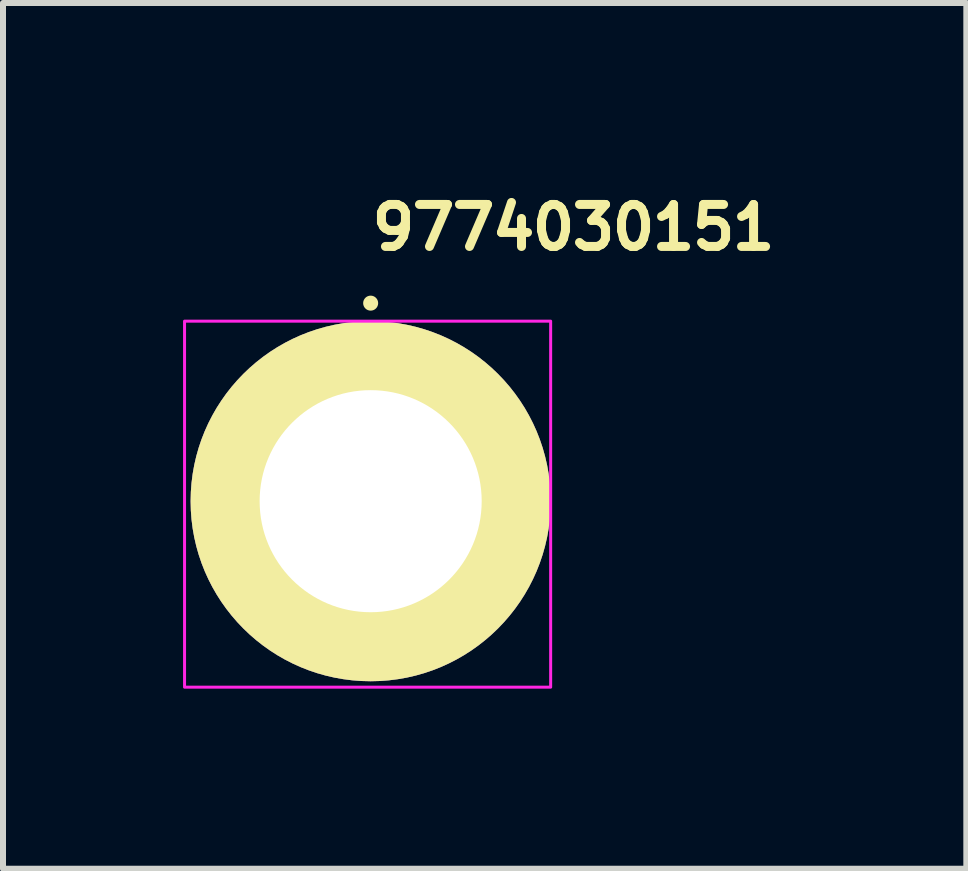
<source format=kicad_pcb>
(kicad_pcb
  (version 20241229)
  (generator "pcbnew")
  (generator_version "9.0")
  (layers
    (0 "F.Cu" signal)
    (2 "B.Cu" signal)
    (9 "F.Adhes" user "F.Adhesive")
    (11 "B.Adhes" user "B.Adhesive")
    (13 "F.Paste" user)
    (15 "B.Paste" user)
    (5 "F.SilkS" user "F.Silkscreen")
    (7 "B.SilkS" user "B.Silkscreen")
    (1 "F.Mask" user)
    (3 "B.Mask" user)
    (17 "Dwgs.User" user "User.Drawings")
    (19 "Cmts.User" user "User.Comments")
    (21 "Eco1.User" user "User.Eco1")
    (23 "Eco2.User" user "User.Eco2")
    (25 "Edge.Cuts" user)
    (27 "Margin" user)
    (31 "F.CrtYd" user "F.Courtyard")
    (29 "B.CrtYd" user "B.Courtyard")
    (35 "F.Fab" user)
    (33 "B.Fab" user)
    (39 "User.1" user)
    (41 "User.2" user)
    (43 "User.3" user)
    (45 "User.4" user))
  (footprint "9774030151"
    (layer "F.Cu")
    (at 3.126 5.301)
    (property "Reference" "9774030151" (at -0.052 -4.151 0) (layer "F.SilkS") (effects (font (size 0.7 0.7) (thickness 0.15)) (justify left bottom)))
    (attr through_hole)
    (fp_circle (center 0 -3.3) (end 0.05 -3.3) (stroke (width 0.15) (type solid)) (fill yes) (layer "F.SilkS"))
    (fp_rect (start -3.101 -3) (end 2.999 3.099) (stroke (width 0.05) (type solid)) (fill no) (layer "F.CrtYd"))
    (fp_rect (start -2.601 -2.5) (end 2.499 2.599) (stroke (width 0.1) (type solid)) (fill no) (layer "User.5"))
    (fp_line (start -2.601 0.05) (end -2.601 0.05) (stroke (width 0.02) (type solid)) (layer "User.9"))
    (fp_line (start -2.601 0.05) (end -2.597 0.18) (stroke (width 0.02) (type solid)) (layer "User.9"))
    (fp_line (start -2.597 -0.083) (end -2.601 0.05) (stroke (width 0.02) (type solid)) (layer "User.9"))
    (fp_line (start -2.597 0.18) (end -2.588 0.309) (stroke (width 0.02) (type solid)) (layer "User.9"))
    (fp_line (start -2.588 -0.211) (end -2.597 -0.083) (stroke (width 0.02) (type solid)) (layer "User.9"))
    (fp_line (start -2.588 0.309) (end -2.572 0.437) (stroke (width 0.02) (type solid)) (layer "User.9"))
    (fp_line (start -2.572 -0.34) (end -2.588 -0.211) (stroke (width 0.02) (type solid)) (layer "User.9"))
    (fp_line (start -2.572 0.437) (end -2.549 0.563) (stroke (width 0.02) (type solid)) (layer "User.9"))
    (fp_line (start -2.549 -0.465) (end -2.572 -0.34) (stroke (width 0.02) (type solid)) (layer "User.9"))
    (fp_line (start -2.549 0.563) (end -2.52 0.687) (stroke (width 0.02) (type solid)) (layer "User.9"))
    (fp_line (start -2.52 -0.588) (end -2.549 -0.465) (stroke (width 0.02) (type solid)) (layer "User.9"))
    (fp_line (start -2.52 0.687) (end -2.487 0.808) (stroke (width 0.02) (type solid)) (layer "User.9"))
    (fp_line (start -2.487 -0.709) (end -2.52 -0.588) (stroke (width 0.02) (type solid)) (layer "User.9"))
    (fp_line (start -2.487 0.808) (end -2.447 0.926) (stroke (width 0.02) (type solid)) (layer "User.9"))
    (fp_line (start -2.447 -0.828) (end -2.487 -0.709) (stroke (width 0.02) (type solid)) (layer "User.9"))
    (fp_line (start -2.447 0.926) (end -2.4 1.042) (stroke (width 0.02) (type solid)) (layer "User.9"))
    (fp_line (start -2.4 -0.944) (end -2.447 -0.828) (stroke (width 0.02) (type solid)) (layer "User.9"))
    (fp_line (start -2.4 1.042) (end -2.35 1.155) (stroke (width 0.02) (type solid)) (layer "User.9"))
    (fp_line (start -2.35 -1.057) (end -2.4 -0.944) (stroke (width 0.02) (type solid)) (layer "User.9"))
    (fp_line (start -2.35 1.155) (end -2.294 1.265) (stroke (width 0.02) (type solid)) (layer "User.9"))
    (fp_line (start -2.294 -1.166) (end -2.35 -1.057) (stroke (width 0.02) (type solid)) (layer "User.9"))
    (fp_line (start -2.294 1.265) (end -2.231 1.372) (stroke (width 0.02) (type solid)) (layer "User.9"))
    (fp_line (start -2.231 -1.274) (end -2.294 -1.166) (stroke (width 0.02) (type solid)) (layer "User.9"))
    (fp_line (start -2.231 1.372) (end -2.165 1.475) (stroke (width 0.02) (type solid)) (layer "User.9"))
    (fp_line (start -2.165 -1.377) (end -2.231 -1.274) (stroke (width 0.02) (type solid)) (layer "User.9"))
    (fp_line (start -2.165 1.475) (end -2.094 1.574) (stroke (width 0.02) (type solid)) (layer "User.9"))
    (fp_line (start -2.094 -1.476) (end -2.165 -1.377) (stroke (width 0.02) (type solid)) (layer "User.9"))
    (fp_line (start -2.094 1.574) (end -2.019 1.671) (stroke (width 0.02) (type solid)) (layer "User.9"))
    (fp_line (start -2.019 -1.573) (end -2.094 -1.476) (stroke (width 0.02) (type solid)) (layer "User.9"))
    (fp_line (start -2.019 1.671) (end -1.938 1.763) (stroke (width 0.02) (type solid)) (layer "User.9"))
    (fp_line (start -1.938 -1.666) (end -2.019 -1.573) (stroke (width 0.02) (type solid)) (layer "User.9"))
    (fp_line (start -1.938 1.763) (end -1.855 1.852) (stroke (width 0.02) (type solid)) (layer "User.9"))
    (fp_line (start -1.855 -1.754) (end -1.938 -1.666) (stroke (width 0.02) (type solid)) (layer "User.9"))
    (fp_line (start -1.855 1.852) (end -1.766 1.937) (stroke (width 0.02) (type solid)) (layer "User.9"))
    (fp_line (start -1.766 -1.839) (end -1.855 -1.754) (stroke (width 0.02) (type solid)) (layer "User.9"))
    (fp_line (start -1.766 1.937) (end -1.674 2.016) (stroke (width 0.02) (type solid)) (layer "User.9"))
    (fp_line (start -1.674 -1.919) (end -1.766 -1.839) (stroke (width 0.02) (type solid)) (layer "User.9"))
    (fp_line (start -1.674 2.016) (end -1.577 2.092) (stroke (width 0.02) (type solid)) (layer "User.9"))
    (fp_line (start -1.577 -1.994) (end -1.674 -1.919) (stroke (width 0.02) (type solid)) (layer "User.9"))
    (fp_line (start -1.577 2.092) (end -1.476 2.164) (stroke (width 0.02) (type solid)) (layer "User.9"))
    (fp_line (start -1.476 -2.065) (end -1.577 -1.994) (stroke (width 0.02) (type solid)) (layer "User.9"))
    (fp_line (start -1.476 2.164) (end -1.373 2.229) (stroke (width 0.02) (type solid)) (layer "User.9"))
    (fp_line (start -1.373 -2.132) (end -1.476 -2.065) (stroke (width 0.02) (type solid)) (layer "User.9"))
    (fp_line (start -1.373 2.229) (end -1.266 2.292) (stroke (width 0.02) (type solid)) (layer "User.9"))
    (fp_line (start -1.266 -2.194) (end -1.373 -2.132) (stroke (width 0.02) (type solid)) (layer "User.9"))
    (fp_line (start -1.266 2.292) (end -1.156 2.347) (stroke (width 0.02) (type solid)) (layer "User.9"))
    (fp_line (start -1.156 -2.25) (end -1.266 -2.194) (stroke (width 0.02) (type solid)) (layer "User.9"))
    (fp_line (start -1.156 2.347) (end -1.043 2.398) (stroke (width 0.02) (type solid)) (layer "User.9"))
    (fp_line (start -1.057 -0.002) (end -1.057 0.05) (stroke (width 0.02) (type solid)) (layer "User.9"))
    (fp_line (start -1.057 0.05) (end -1.057 0.05) (stroke (width 0.02) (type solid)) (layer "User.9"))
    (fp_line (start -1.057 0.05) (end -1.057 0.101) (stroke (width 0.02) (type solid)) (layer "User.9"))
    (fp_line (start -1.057 0.101) (end -1.053 0.151) (stroke (width 0.02) (type solid)) (layer "User.9"))
    (fp_line (start -1.053 -0.053) (end -1.057 -0.002) (stroke (width 0.02) (type solid)) (layer "User.9"))
    (fp_line (start -1.053 0.151) (end -1.045 0.203) (stroke (width 0.02) (type solid)) (layer "User.9"))
    (fp_line (start -1.045 -0.105) (end -1.053 -0.053) (stroke (width 0.02) (type solid)) (layer "User.9"))
    (fp_line (start -1.045 0.203) (end -1.037 0.251) (stroke (width 0.02) (type solid)) (layer "User.9"))
    (fp_line (start -1.043 -2.301) (end -1.156 -2.25) (stroke (width 0.02) (type solid)) (layer "User.9"))
    (fp_line (start -1.043 2.398) (end -0.928 2.444) (stroke (width 0.02) (type solid)) (layer "User.9"))
    (fp_line (start -1.037 -0.153) (end -1.045 -0.105) (stroke (width 0.02) (type solid)) (layer "User.9"))
    (fp_line (start -1.037 0.251) (end -1.025 0.3) (stroke (width 0.02) (type solid)) (layer "User.9"))
    (fp_line (start -1.025 -0.203) (end -1.037 -0.153) (stroke (width 0.02) (type solid)) (layer "User.9"))
    (fp_line (start -1.025 0.3) (end -1.012 0.349) (stroke (width 0.02) (type solid)) (layer "User.9"))
    (fp_line (start -1.012 -0.25) (end -1.025 -0.203) (stroke (width 0.02) (type solid)) (layer "User.9"))
    (fp_line (start -1.012 0.349) (end -0.996 0.396) (stroke (width 0.02) (type solid)) (layer "User.9"))
    (fp_line (start -0.996 -0.297) (end -1.012 -0.25) (stroke (width 0.02) (type solid)) (layer "User.9"))
    (fp_line (start -0.996 0.396) (end -0.978 0.44) (stroke (width 0.02) (type solid)) (layer "User.9"))
    (fp_line (start -0.978 -0.343) (end -0.996 -0.297) (stroke (width 0.02) (type solid)) (layer "User.9"))
    (fp_line (start -0.978 0.44) (end -0.959 0.485) (stroke (width 0.02) (type solid)) (layer "User.9"))
    (fp_line (start -0.959 -0.388) (end -0.978 -0.343) (stroke (width 0.02) (type solid)) (layer "User.9"))
    (fp_line (start -0.959 0.485) (end -0.937 0.529) (stroke (width 0.02) (type solid)) (layer "User.9"))
    (fp_line (start -0.937 -0.43) (end -0.959 -0.388) (stroke (width 0.02) (type solid)) (layer "User.9"))
    (fp_line (start -0.937 0.529) (end -0.912 0.571) (stroke (width 0.02) (type solid)) (layer "User.9"))
    (fp_line (start -0.928 -2.347) (end -1.043 -2.301) (stroke (width 0.02) (type solid)) (layer "User.9"))
    (fp_line (start -0.928 2.444) (end -0.81 2.484) (stroke (width 0.02) (type solid)) (layer "User.9"))
    (fp_line (start -0.912 -0.473) (end -0.937 -0.43) (stroke (width 0.02) (type solid)) (layer "User.9"))
    (fp_line (start -0.912 0.571) (end -0.885 0.611) (stroke (width 0.02) (type solid)) (layer "User.9"))
    (fp_line (start -0.885 -0.514) (end -0.912 -0.473) (stroke (width 0.02) (type solid)) (layer "User.9"))
    (fp_line (start -0.885 0.611) (end -0.857 0.652) (stroke (width 0.02) (type solid)) (layer "User.9"))
    (fp_line (start -0.857 -0.554) (end -0.885 -0.514) (stroke (width 0.02) (type solid)) (layer "User.9"))
    (fp_line (start -0.857 0.652) (end -0.828 0.69) (stroke (width 0.02) (type solid)) (layer "User.9"))
    (fp_line (start -0.828 -0.591) (end -0.857 -0.554) (stroke (width 0.02) (type solid)) (layer "User.9"))
    (fp_line (start -0.828 0.69) (end -0.797 0.725) (stroke (width 0.02) (type solid)) (layer "User.9"))
    (fp_line (start -0.81 -2.387) (end -0.928 -2.347) (stroke (width 0.02) (type solid)) (layer "User.9"))
    (fp_line (start -0.81 2.484) (end -0.689 2.519) (stroke (width 0.02) (type solid)) (layer "User.9"))
    (fp_line (start -0.797 -0.627) (end -0.828 -0.591) (stroke (width 0.02) (type solid)) (layer "User.9"))
    (fp_line (start -0.797 0.725) (end -0.762 0.76) (stroke (width 0.02) (type solid)) (layer "User.9"))
    (fp_line (start -0.762 -0.663) (end -0.797 -0.627) (stroke (width 0.02) (type solid)) (layer "User.9"))
    (fp_line (start -0.762 0.76) (end -0.727 0.795) (stroke (width 0.02) (type solid)) (layer "User.9"))
    (fp_line (start -0.727 -0.697) (end -0.762 -0.663) (stroke (width 0.02) (type solid)) (layer "User.9"))
    (fp_line (start -0.727 0.795) (end -0.692 0.826) (stroke (width 0.02) (type solid)) (layer "User.9"))
    (fp_line (start -0.692 -0.727) (end -0.727 -0.697) (stroke (width 0.02) (type solid)) (layer "User.9"))
    (fp_line (start -0.692 0.826) (end -0.654 0.855) (stroke (width 0.02) (type solid)) (layer "User.9"))
    (fp_line (start -0.689 -2.42) (end -0.81 -2.387) (stroke (width 0.02) (type solid)) (layer "User.9"))
    (fp_line (start -0.689 2.519) (end -0.565 2.547) (stroke (width 0.02) (type solid)) (layer "User.9"))
    (fp_line (start -0.654 -0.757) (end -0.692 -0.727) (stroke (width 0.02) (type solid)) (layer "User.9"))
    (fp_line (start -0.654 0.855) (end -0.613 0.883) (stroke (width 0.02) (type solid)) (layer "User.9"))
    (fp_line (start -0.613 -0.786) (end -0.654 -0.757) (stroke (width 0.02) (type solid)) (layer "User.9"))
    (fp_line (start -0.613 0.883) (end -0.573 0.91) (stroke (width 0.02) (type solid)) (layer "User.9"))
    (fp_line (start -0.573 -0.812) (end -0.613 -0.786) (stroke (width 0.02) (type solid)) (layer "User.9"))
    (fp_line (start -0.573 0.91) (end -0.531 0.935) (stroke (width 0.02) (type solid)) (layer "User.9"))
    (fp_line (start -0.565 -2.449) (end -0.689 -2.42) (stroke (width 0.02) (type solid)) (layer "User.9"))
    (fp_line (start -0.565 2.547) (end -0.439 2.569) (stroke (width 0.02) (type solid)) (layer "User.9"))
    (fp_line (start -0.531 -0.836) (end -0.573 -0.812) (stroke (width 0.02) (type solid)) (layer "User.9"))
    (fp_line (start -0.531 0.935) (end -0.487 0.957) (stroke (width 0.02) (type solid)) (layer "User.9"))
    (fp_line (start -0.487 -0.858) (end -0.531 -0.836) (stroke (width 0.02) (type solid)) (layer "User.9"))
    (fp_line (start -0.487 0.957) (end -0.442 0.976) (stroke (width 0.02) (type solid)) (layer "User.9"))
    (fp_line (start -0.442 -0.878) (end -0.487 -0.858) (stroke (width 0.02) (type solid)) (layer "User.9"))
    (fp_line (start -0.442 0.976) (end -0.398 0.994) (stroke (width 0.02) (type solid)) (layer "User.9"))
    (fp_line (start -0.439 -2.472) (end -0.565 -2.449) (stroke (width 0.02) (type solid)) (layer "User.9"))
    (fp_line (start -0.439 2.569) (end -0.311 2.585) (stroke (width 0.02) (type solid)) (layer "User.9"))
    (fp_line (start -0.398 -0.896) (end -0.442 -0.878) (stroke (width 0.02) (type solid)) (layer "User.9"))
    (fp_line (start -0.398 0.994) (end -0.351 1.011) (stroke (width 0.02) (type solid)) (layer "User.9"))
    (fp_line (start -0.351 -0.913) (end -0.398 -0.896) (stroke (width 0.02) (type solid)) (layer "User.9"))
    (fp_line (start -0.351 1.011) (end -0.302 1.024) (stroke (width 0.02) (type solid)) (layer "User.9"))
    (fp_line (start -0.311 -2.488) (end -0.439 -2.472) (stroke (width 0.02) (type solid)) (layer "User.9"))
    (fp_line (start -0.311 2.585) (end -0.182 2.596) (stroke (width 0.02) (type solid)) (layer "User.9"))
    (fp_line (start -0.302 -0.926) (end -0.351 -0.913) (stroke (width 0.02) (type solid)) (layer "User.9"))
    (fp_line (start -0.302 1.024) (end -0.253 1.036) (stroke (width 0.02) (type solid)) (layer "User.9"))
    (fp_line (start -0.253 -0.938) (end -0.302 -0.926) (stroke (width 0.02) (type solid)) (layer "User.9"))
    (fp_line (start -0.253 1.036) (end -0.205 1.044) (stroke (width 0.02) (type solid)) (layer "User.9"))
    (fp_line (start -0.205 -0.946) (end -0.253 -0.938) (stroke (width 0.02) (type solid)) (layer "User.9"))
    (fp_line (start -0.205 1.044) (end -0.153 1.05) (stroke (width 0.02) (type solid)) (layer "User.9"))
    (fp_line (start -0.182 -2.497) (end -0.311 -2.488) (stroke (width 0.02) (type solid)) (layer "User.9"))
    (fp_line (start -0.182 2.596) (end -0.052 2.599) (stroke (width 0.02) (type solid)) (layer "User.9"))
    (fp_line (start -0.153 -0.953) (end -0.205 -0.946) (stroke (width 0.02) (type solid)) (layer "User.9"))
    (fp_line (start -0.153 1.05) (end -0.103 1.054) (stroke (width 0.02) (type solid)) (layer "User.9"))
    (fp_line (start -0.103 -0.957) (end -0.153 -0.953) (stroke (width 0.02) (type solid)) (layer "User.9"))
    (fp_line (start -0.103 1.054) (end -0.052 1.056) (stroke (width 0.02) (type solid)) (layer "User.9"))
    (fp_line (start -0.052 -2.5) (end -0.182 -2.497) (stroke (width 0.02) (type solid)) (layer "User.9"))
    (fp_line (start -0.052 -2.5) (end -0.052 -2.5) (stroke (width 0.02) (type solid)) (layer "User.9"))
    (fp_line (start -0.052 -0.958) (end -0.103 -0.957) (stroke (width 0.02) (type solid)) (layer "User.9"))
    (fp_line (start -0.052 -0.958) (end -0.052 -0.958) (stroke (width 0.02) (type solid)) (layer "User.9"))
    (fp_line (start -0.052 1.056) (end -0.052 1.056) (stroke (width 0.02) (type solid)) (layer "User.9"))
    (fp_line (start -0.052 1.056) (end 0.001 1.054) (stroke (width 0.02) (type solid)) (layer "User.9"))
    (fp_line (start -0.052 2.599) (end -0.052 2.599) (stroke (width 0.02) (type solid)) (layer "User.9"))
    (fp_line (start -0.052 2.599) (end 0.081 2.596) (stroke (width 0.02) (type solid)) (layer "User.9"))
    (fp_line (start 0.001 -0.957) (end -0.052 -0.958) (stroke (width 0.02) (type solid)) (layer "User.9"))
    (fp_line (start 0.001 1.054) (end 0.052 1.05) (stroke (width 0.02) (type solid)) (layer "User.9"))
    (fp_line (start 0.052 -0.953) (end 0.001 -0.957) (stroke (width 0.02) (type solid)) (layer "User.9"))
    (fp_line (start 0.052 1.05) (end 0.103 1.044) (stroke (width 0.02) (type solid)) (layer "User.9"))
    (fp_line (start 0.081 -2.497) (end -0.052 -2.5) (stroke (width 0.02) (type solid)) (layer "User.9"))
    (fp_line (start 0.081 2.596) (end 0.209 2.585) (stroke (width 0.02) (type solid)) (layer "User.9"))
    (fp_line (start 0.103 -0.946) (end 0.052 -0.953) (stroke (width 0.02) (type solid)) (layer "User.9"))
    (fp_line (start 0.103 1.044) (end 0.151 1.036) (stroke (width 0.02) (type solid)) (layer "User.9"))
    (fp_line (start 0.151 -0.938) (end 0.103 -0.946) (stroke (width 0.02) (type solid)) (layer "User.9"))
    (fp_line (start 0.151 1.036) (end 0.201 1.024) (stroke (width 0.02) (type solid)) (layer "User.9"))
    (fp_line (start 0.201 -0.926) (end 0.151 -0.938) (stroke (width 0.02) (type solid)) (layer "User.9"))
    (fp_line (start 0.201 1.024) (end 0.248 1.011) (stroke (width 0.02) (type solid)) (layer "User.9"))
    (fp_line (start 0.209 -2.488) (end 0.081 -2.497) (stroke (width 0.02) (type solid)) (layer "User.9"))
    (fp_line (start 0.209 2.585) (end 0.338 2.569) (stroke (width 0.02) (type solid)) (layer "User.9"))
    (fp_line (start 0.248 -0.913) (end 0.201 -0.926) (stroke (width 0.02) (type solid)) (layer "User.9"))
    (fp_line (start 0.248 1.011) (end 0.295 0.994) (stroke (width 0.02) (type solid)) (layer "User.9"))
    (fp_line (start 0.295 -0.896) (end 0.248 -0.913) (stroke (width 0.02) (type solid)) (layer "User.9"))
    (fp_line (start 0.295 0.994) (end 0.341 0.976) (stroke (width 0.02) (type solid)) (layer "User.9"))
    (fp_line (start 0.338 -2.472) (end 0.209 -2.488) (stroke (width 0.02) (type solid)) (layer "User.9"))
    (fp_line (start 0.338 2.569) (end 0.463 2.547) (stroke (width 0.02) (type solid)) (layer "User.9"))
    (fp_line (start 0.341 -0.878) (end 0.295 -0.896) (stroke (width 0.02) (type solid)) (layer "User.9"))
    (fp_line (start 0.341 0.976) (end 0.386 0.957) (stroke (width 0.02) (type solid)) (layer "User.9"))
    (fp_line (start 0.386 -0.858) (end 0.341 -0.878) (stroke (width 0.02) (type solid)) (layer "User.9"))
    (fp_line (start 0.386 0.957) (end 0.428 0.935) (stroke (width 0.02) (type solid)) (layer "User.9"))
    (fp_line (start 0.428 -0.836) (end 0.386 -0.858) (stroke (width 0.02) (type solid)) (layer "User.9"))
    (fp_line (start 0.428 0.935) (end 0.471 0.91) (stroke (width 0.02) (type solid)) (layer "User.9"))
    (fp_line (start 0.463 -2.449) (end 0.338 -2.472) (stroke (width 0.02) (type solid)) (layer "User.9"))
    (fp_line (start 0.463 2.547) (end 0.586 2.519) (stroke (width 0.02) (type solid)) (layer "User.9"))
    (fp_line (start 0.471 -0.812) (end 0.428 -0.836) (stroke (width 0.02) (type solid)) (layer "User.9"))
    (fp_line (start 0.471 0.91) (end 0.512 0.883) (stroke (width 0.02) (type solid)) (layer "User.9"))
    (fp_line (start 0.512 -0.786) (end 0.471 -0.812) (stroke (width 0.02) (type solid)) (layer "User.9"))
    (fp_line (start 0.512 0.883) (end 0.552 0.855) (stroke (width 0.02) (type solid)) (layer "User.9"))
    (fp_line (start 0.552 -0.757) (end 0.512 -0.786) (stroke (width 0.02) (type solid)) (layer "User.9"))
    (fp_line (start 0.552 0.855) (end 0.589 0.826) (stroke (width 0.02) (type solid)) (layer "User.9"))
    (fp_line (start 0.586 -2.42) (end 0.463 -2.449) (stroke (width 0.02) (type solid)) (layer "User.9"))
    (fp_line (start 0.586 2.519) (end 0.707 2.484) (stroke (width 0.02) (type solid)) (layer "User.9"))
    (fp_line (start 0.589 -0.727) (end 0.552 -0.757) (stroke (width 0.02) (type solid)) (layer "User.9"))
    (fp_line (start 0.589 0.826) (end 0.625 0.795) (stroke (width 0.02) (type solid)) (layer "User.9"))
    (fp_line (start 0.625 -0.697) (end 0.589 -0.727) (stroke (width 0.02) (type solid)) (layer "User.9"))
    (fp_line (start 0.625 0.795) (end 0.661 0.76) (stroke (width 0.02) (type solid)) (layer "User.9"))
    (fp_line (start 0.661 -0.663) (end 0.625 -0.697) (stroke (width 0.02) (type solid)) (layer "User.9"))
    (fp_line (start 0.661 0.76) (end 0.695 0.725) (stroke (width 0.02) (type solid)) (layer "User.9"))
    (fp_line (start 0.695 -0.627) (end 0.661 -0.663) (stroke (width 0.02) (type solid)) (layer "User.9"))
    (fp_line (start 0.695 0.725) (end 0.725 0.69) (stroke (width 0.02) (type solid)) (layer "User.9"))
    (fp_line (start 0.707 -2.387) (end 0.586 -2.42) (stroke (width 0.02) (type solid)) (layer "User.9"))
    (fp_line (start 0.707 2.484) (end 0.826 2.444) (stroke (width 0.02) (type solid)) (layer "User.9"))
    (fp_line (start 0.725 -0.591) (end 0.695 -0.627) (stroke (width 0.02) (type solid)) (layer "User.9"))
    (fp_line (start 0.725 0.69) (end 0.755 0.652) (stroke (width 0.02) (type solid)) (layer "User.9"))
    (fp_line (start 0.755 -0.554) (end 0.725 -0.591) (stroke (width 0.02) (type solid)) (layer "User.9"))
    (fp_line (start 0.755 0.652) (end 0.784 0.611) (stroke (width 0.02) (type solid)) (layer "User.9"))
    (fp_line (start 0.784 -0.514) (end 0.755 -0.554) (stroke (width 0.02) (type solid)) (layer "User.9"))
    (fp_line (start 0.784 0.611) (end 0.81 0.571) (stroke (width 0.02) (type solid)) (layer "User.9"))
    (fp_line (start 0.81 -0.473) (end 0.784 -0.514) (stroke (width 0.02) (type solid)) (layer "User.9"))
    (fp_line (start 0.81 0.571) (end 0.834 0.529) (stroke (width 0.02) (type solid)) (layer "User.9"))
    (fp_line (start 0.826 -2.347) (end 0.707 -2.387) (stroke (width 0.02) (type solid)) (layer "User.9"))
    (fp_line (start 0.826 2.444) (end 0.942 2.398) (stroke (width 0.02) (type solid)) (layer "User.9"))
    (fp_line (start 0.834 -0.43) (end 0.81 -0.473) (stroke (width 0.02) (type solid)) (layer "User.9"))
    (fp_line (start 0.834 0.529) (end 0.856 0.485) (stroke (width 0.02) (type solid)) (layer "User.9"))
    (fp_line (start 0.856 -0.388) (end 0.834 -0.43) (stroke (width 0.02) (type solid)) (layer "User.9"))
    (fp_line (start 0.856 0.485) (end 0.876 0.44) (stroke (width 0.02) (type solid)) (layer "User.9"))
    (fp_line (start 0.876 -0.343) (end 0.856 -0.388) (stroke (width 0.02) (type solid)) (layer "User.9"))
    (fp_line (start 0.876 0.44) (end 0.894 0.396) (stroke (width 0.02) (type solid)) (layer "User.9"))
    (fp_line (start 0.894 -0.297) (end 0.876 -0.343) (stroke (width 0.02) (type solid)) (layer "User.9"))
    (fp_line (start 0.894 0.396) (end 0.911 0.349) (stroke (width 0.02) (type solid)) (layer "User.9"))
    (fp_line (start 0.911 -0.25) (end 0.894 -0.297) (stroke (width 0.02) (type solid)) (layer "User.9"))
    (fp_line (start 0.911 0.349) (end 0.924 0.3) (stroke (width 0.02) (type solid)) (layer "User.9"))
    (fp_line (start 0.924 -0.203) (end 0.911 -0.25) (stroke (width 0.02) (type solid)) (layer "User.9"))
    (fp_line (start 0.924 0.3) (end 0.936 0.251) (stroke (width 0.02) (type solid)) (layer "User.9"))
    (fp_line (start 0.936 -0.153) (end 0.924 -0.203) (stroke (width 0.02) (type solid)) (layer "User.9"))
    (fp_line (start 0.936 0.251) (end 0.944 0.203) (stroke (width 0.02) (type solid)) (layer "User.9"))
    (fp_line (start 0.942 -2.301) (end 0.826 -2.347) (stroke (width 0.02) (type solid)) (layer "User.9"))
    (fp_line (start 0.942 2.398) (end 1.054 2.347) (stroke (width 0.02) (type solid)) (layer "User.9"))
    (fp_line (start 0.944 -0.105) (end 0.936 -0.153) (stroke (width 0.02) (type solid)) (layer "User.9"))
    (fp_line (start 0.944 0.203) (end 0.951 0.151) (stroke (width 0.02) (type solid)) (layer "User.9"))
    (fp_line (start 0.951 -0.053) (end 0.944 -0.105) (stroke (width 0.02) (type solid)) (layer "User.9"))
    (fp_line (start 0.951 0.151) (end 0.955 0.101) (stroke (width 0.02) (type solid)) (layer "User.9"))
    (fp_line (start 0.955 -0.002) (end 0.951 -0.053) (stroke (width 0.02) (type solid)) (layer "User.9"))
    (fp_line (start 0.955 0.101) (end 0.956 0.05) (stroke (width 0.02) (type solid)) (layer "User.9"))
    (fp_line (start 0.956 0.05) (end 0.955 -0.002) (stroke (width 0.02) (type solid)) (layer "User.9"))
    (fp_line (start 0.956 0.05) (end 0.956 0.05) (stroke (width 0.02) (type solid)) (layer "User.9"))
    (fp_line (start 0.956 0.05) (end 0.956 0.05) (stroke (width 0.02) (type solid)) (layer "User.9"))
    (fp_line (start 1.054 -2.25) (end 0.942 -2.301) (stroke (width 0.02) (type solid)) (layer "User.9"))
    (fp_line (start 1.054 2.347) (end 1.165 2.292) (stroke (width 0.02) (type solid)) (layer "User.9"))
    (fp_line (start 1.165 -2.194) (end 1.054 -2.25) (stroke (width 0.02) (type solid)) (layer "User.9"))
    (fp_line (start 1.165 2.292) (end 1.271 2.229) (stroke (width 0.02) (type solid)) (layer "User.9"))
    (fp_line (start 1.271 -2.132) (end 1.165 -2.194) (stroke (width 0.02) (type solid)) (layer "User.9"))
    (fp_line (start 1.271 2.229) (end 1.374 2.164) (stroke (width 0.02) (type solid)) (layer "User.9"))
    (fp_line (start 1.374 -2.065) (end 1.271 -2.132) (stroke (width 0.02) (type solid)) (layer "User.9"))
    (fp_line (start 1.374 2.164) (end 1.475 2.092) (stroke (width 0.02) (type solid)) (layer "User.9"))
    (fp_line (start 1.475 -1.994) (end 1.374 -2.065) (stroke (width 0.02) (type solid)) (layer "User.9"))
    (fp_line (start 1.475 2.092) (end 1.572 2.016) (stroke (width 0.02) (type solid)) (layer "User.9"))
    (fp_line (start 1.572 -1.919) (end 1.475 -1.994) (stroke (width 0.02) (type solid)) (layer "User.9"))
    (fp_line (start 1.572 2.016) (end 1.664 1.937) (stroke (width 0.02) (type solid)) (layer "User.9"))
    (fp_line (start 1.664 -1.839) (end 1.572 -1.919) (stroke (width 0.02) (type solid)) (layer "User.9"))
    (fp_line (start 1.664 1.937) (end 1.753 1.852) (stroke (width 0.02) (type solid)) (layer "User.9"))
    (fp_line (start 1.753 -1.754) (end 1.664 -1.839) (stroke (width 0.02) (type solid)) (layer "User.9"))
    (fp_line (start 1.753 1.852) (end 1.836 1.763) (stroke (width 0.02) (type solid)) (layer "User.9"))
    (fp_line (start 1.836 -1.666) (end 1.753 -1.754) (stroke (width 0.02) (type solid)) (layer "User.9"))
    (fp_line (start 1.836 1.763) (end 1.916 1.671) (stroke (width 0.02) (type solid)) (layer "User.9"))
    (fp_line (start 1.916 -1.573) (end 1.836 -1.666) (stroke (width 0.02) (type solid)) (layer "User.9"))
    (fp_line (start 1.916 1.671) (end 1.993 1.574) (stroke (width 0.02) (type solid)) (layer "User.9"))
    (fp_line (start 1.993 -1.476) (end 1.916 -1.573) (stroke (width 0.02) (type solid)) (layer "User.9"))
    (fp_line (start 1.993 1.574) (end 2.064 1.475) (stroke (width 0.02) (type solid)) (layer "User.9"))
    (fp_line (start 2.064 -1.377) (end 1.993 -1.476) (stroke (width 0.02) (type solid)) (layer "User.9"))
    (fp_line (start 2.064 1.475) (end 2.129 1.372) (stroke (width 0.02) (type solid)) (layer "User.9"))
    (fp_line (start 2.129 -1.274) (end 2.064 -1.377) (stroke (width 0.02) (type solid)) (layer "User.9"))
    (fp_line (start 2.129 1.372) (end 2.192 1.265) (stroke (width 0.02) (type solid)) (layer "User.9"))
    (fp_line (start 2.192 -1.166) (end 2.129 -1.274) (stroke (width 0.02) (type solid)) (layer "User.9"))
    (fp_line (start 2.192 1.265) (end 2.248 1.155) (stroke (width 0.02) (type solid)) (layer "User.9"))
    (fp_line (start 2.248 -1.057) (end 2.192 -1.166) (stroke (width 0.02) (type solid)) (layer "User.9"))
    (fp_line (start 2.248 1.155) (end 2.298 1.042) (stroke (width 0.02) (type solid)) (layer "User.9"))
    (fp_line (start 2.298 -0.944) (end 2.248 -1.057) (stroke (width 0.02) (type solid)) (layer "User.9"))
    (fp_line (start 2.298 1.042) (end 2.345 0.926) (stroke (width 0.02) (type solid)) (layer "User.9"))
    (fp_line (start 2.345 -0.828) (end 2.298 -0.944) (stroke (width 0.02) (type solid)) (layer "User.9"))
    (fp_line (start 2.345 0.926) (end 2.385 0.808) (stroke (width 0.02) (type solid)) (layer "User.9"))
    (fp_line (start 2.385 -0.709) (end 2.345 -0.828) (stroke (width 0.02) (type solid)) (layer "User.9"))
    (fp_line (start 2.385 0.808) (end 2.418 0.687) (stroke (width 0.02) (type solid)) (layer "User.9"))
    (fp_line (start 2.418 -0.588) (end 2.385 -0.709) (stroke (width 0.02) (type solid)) (layer "User.9"))
    (fp_line (start 2.418 0.687) (end 2.447 0.563) (stroke (width 0.02) (type solid)) (layer "User.9"))
    (fp_line (start 2.447 -0.465) (end 2.418 -0.588) (stroke (width 0.02) (type solid)) (layer "User.9"))
    (fp_line (start 2.447 0.563) (end 2.47 0.437) (stroke (width 0.02) (type solid)) (layer "User.9"))
    (fp_line (start 2.47 -0.34) (end 2.447 -0.465) (stroke (width 0.02) (type solid)) (layer "User.9"))
    (fp_line (start 2.47 0.437) (end 2.486 0.309) (stroke (width 0.02) (type solid)) (layer "User.9"))
    (fp_line (start 2.486 -0.211) (end 2.47 -0.34) (stroke (width 0.02) (type solid)) (layer "User.9"))
    (fp_line (start 2.486 0.309) (end 2.495 0.18) (stroke (width 0.02) (type solid)) (layer "User.9"))
    (fp_line (start 2.495 -0.083) (end 2.486 -0.211) (stroke (width 0.02) (type solid)) (layer "User.9"))
    (fp_line (start 2.495 0.18) (end 2.499 0.05) (stroke (width 0.02) (type solid)) (layer "User.9"))
    (fp_line (start 2.499 0.05) (end 2.495 -0.083) (stroke (width 0.02) (type solid)) (layer "User.9"))
    (fp_line (start 2.499 0.05) (end 2.499 0.05) (stroke (width 0.02) (type solid)) (layer "User.9"))
    (fp_line (start 2.499 0.05) (end 2.499 0.05) (stroke (width 0.02) (type solid)) (layer "User.9"))
    (pad "1" thru_hole circle (at 0 0) (size 6 6) (drill 3.7) (layers "*.Cu" "F.Mask" "F.SilkS")))
  (gr_rect
    (start -3 -3)
    (end 13.051 11.425)
    (stroke (width 0.1) (type default))
    (fill no)
    (layer "Edge.Cuts")))
</source>
